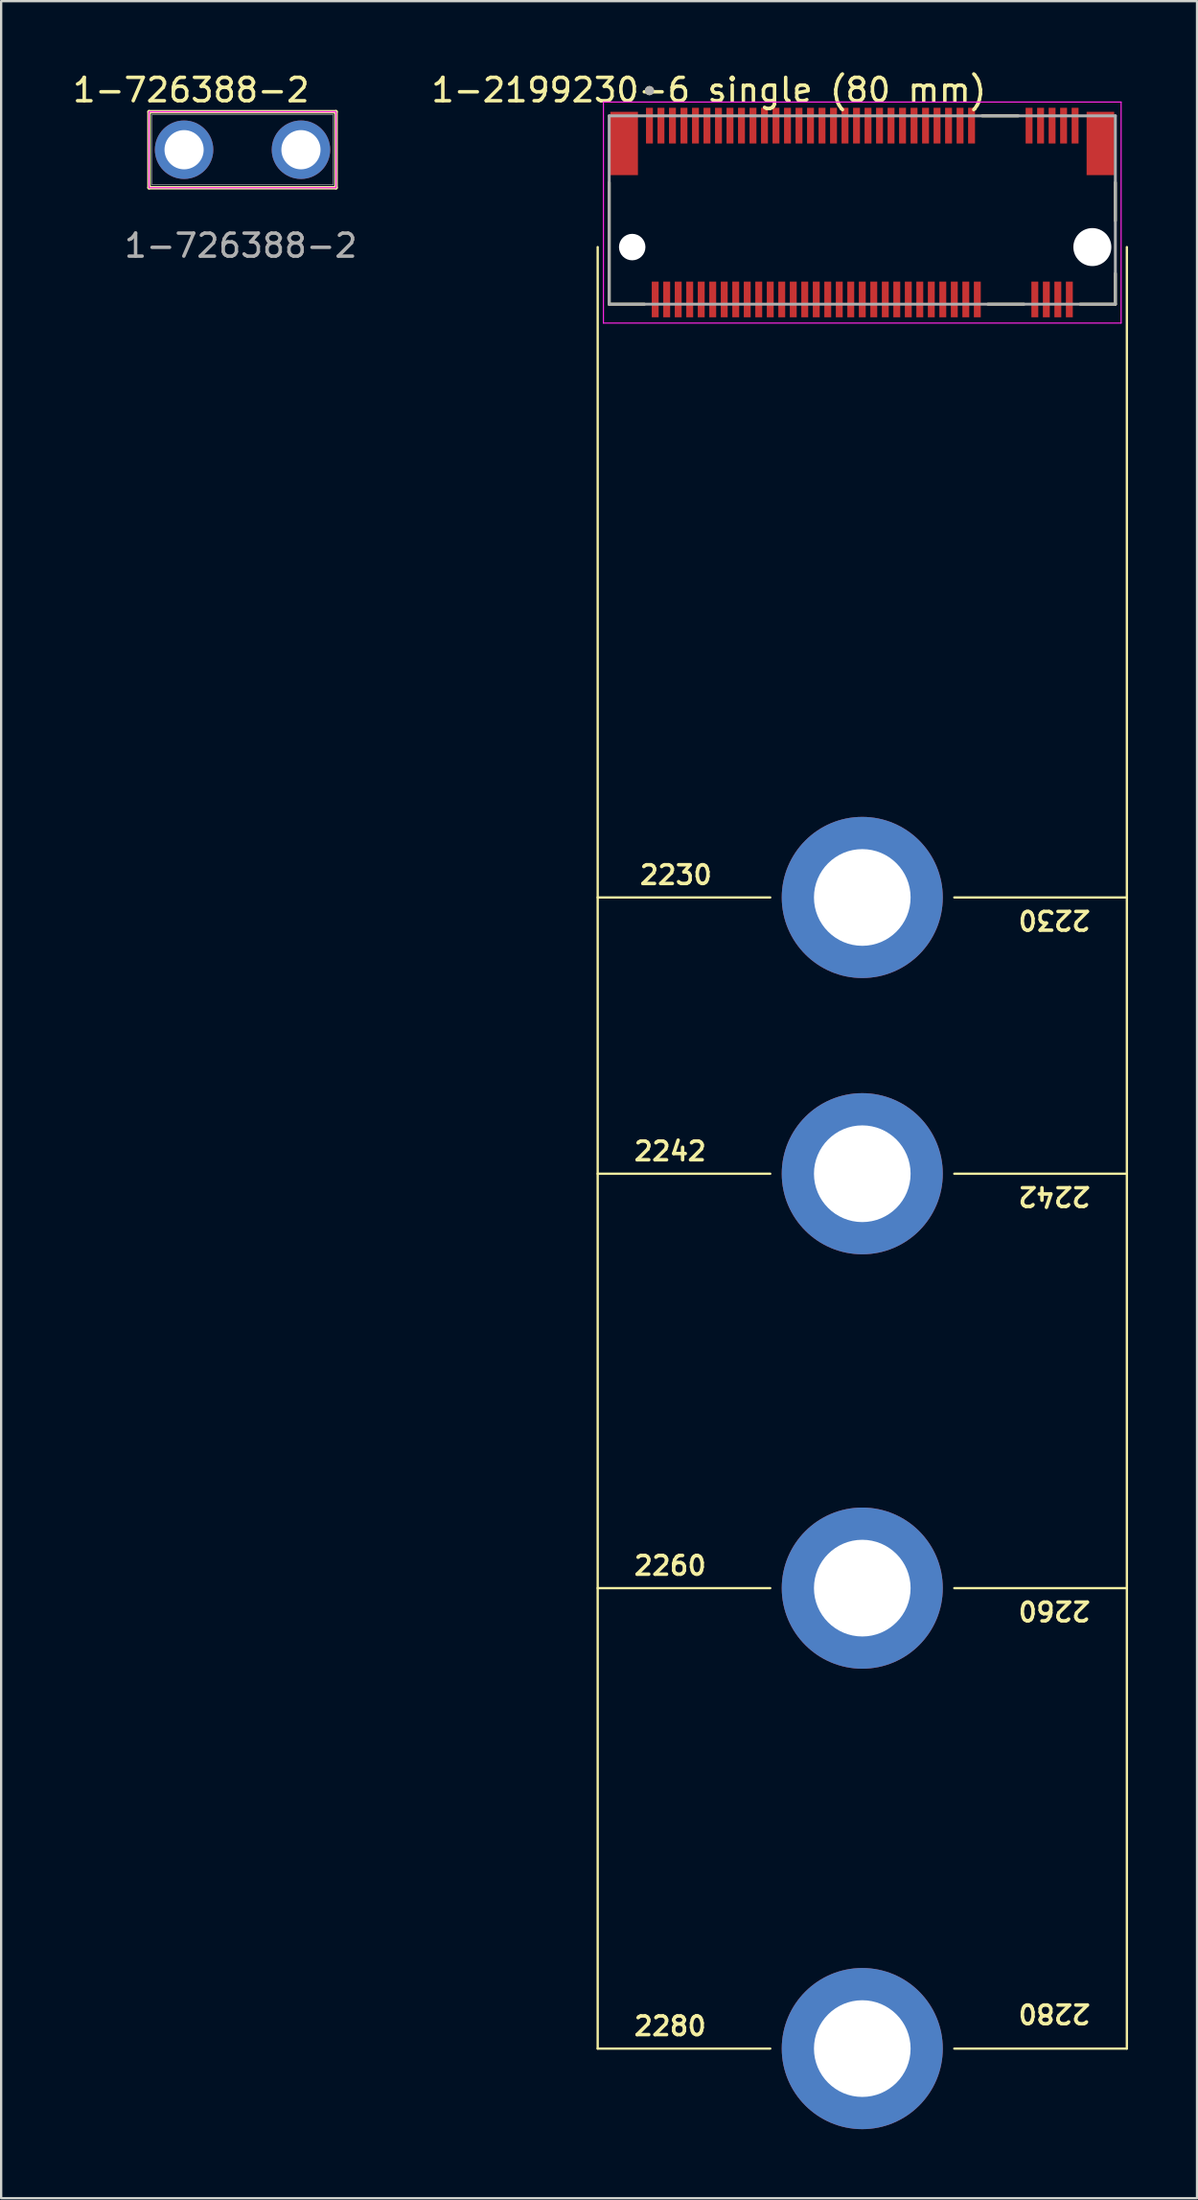
<source format=kicad_pcb>
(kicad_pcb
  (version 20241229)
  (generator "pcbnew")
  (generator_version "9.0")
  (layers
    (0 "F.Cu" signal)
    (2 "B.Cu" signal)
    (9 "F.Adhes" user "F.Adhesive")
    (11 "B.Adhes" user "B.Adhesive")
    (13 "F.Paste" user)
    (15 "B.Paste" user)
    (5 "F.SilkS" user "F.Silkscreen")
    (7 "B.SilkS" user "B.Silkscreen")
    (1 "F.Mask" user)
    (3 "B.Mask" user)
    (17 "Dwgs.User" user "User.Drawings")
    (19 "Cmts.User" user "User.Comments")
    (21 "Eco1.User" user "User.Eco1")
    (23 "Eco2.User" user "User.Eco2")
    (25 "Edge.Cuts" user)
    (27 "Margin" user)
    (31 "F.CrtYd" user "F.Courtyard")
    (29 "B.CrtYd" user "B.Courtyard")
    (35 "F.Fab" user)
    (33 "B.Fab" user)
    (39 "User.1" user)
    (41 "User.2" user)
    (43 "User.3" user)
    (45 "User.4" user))
  (footprint "1-2199230-6 single (80 mm)"
    (layer "F.Cu")
    (at 34.428 7.682)
    (property "Reference" "1-2199230-6 single (80 mm)" (at -6.668 -6.82 0) (layer "F.SilkS") (effects (font (size 1.016 1.016) (thickness 0.152))))
    (attr smd)
    (fp_line (start -11.5 0) (end -11.5 78.25) (stroke (width 0.1) (type default)) (layer "F.SilkS"))
    (fp_line (start -11.5 28.25) (end -4 28.25) (stroke (width 0.1) (type default)) (layer "F.SilkS"))
    (fp_line (start -11.5 40.25) (end -4 40.25) (stroke (width 0.1) (type default)) (layer "F.SilkS"))
    (fp_line (start -11.5 58.25) (end -4 58.25) (stroke (width 0.1) (type default)) (layer "F.SilkS"))
    (fp_line (start -11.5 78.25) (end -4 78.25) (stroke (width 0.1) (type default)) (layer "F.SilkS"))
    (fp_line (start -11 2.48) (end -11 -2.805) (stroke (width 0.127) (type solid)) (layer "F.SilkS"))
    (fp_line (start -9.47 2.48) (end -11 2.48) (stroke (width 0.127) (type solid)) (layer "F.SilkS"))
    (fp_line (start 4 28.25) (end 11.5 28.25) (stroke (width 0.1) (type default)) (layer "F.SilkS"))
    (fp_line (start 4 40.25) (end 11.5 40.25) (stroke (width 0.1) (type default)) (layer "F.SilkS"))
    (fp_line (start 4 58.25) (end 11.5 58.25) (stroke (width 0.1) (type default)) (layer "F.SilkS"))
    (fp_line (start 4 78.25) (end 11.5 78.25) (stroke (width 0.1) (type default)) (layer "F.SilkS"))
    (fp_line (start 5.213 -5.7) (end 6.777 -5.7) (stroke (width 0.127) (type solid)) (layer "F.SilkS"))
    (fp_line (start 5.463 2.48) (end 7.027 2.48) (stroke (width 0.127) (type solid)) (layer "F.SilkS"))
    (fp_line (start 11 -2.805) (end 11 -1.145) (stroke (width 0.127) (type solid)) (layer "F.SilkS"))
    (fp_line (start 11 2.48) (end 9.47 2.48) (stroke (width 0.127) (type solid)) (layer "F.SilkS"))
    (fp_line (start 11 2.48) (end 11 1.145) (stroke (width 0.127) (type solid)) (layer "F.SilkS"))
    (fp_line (start 11.5 78.25) (end 11.5 0) (stroke (width 0.1) (type default)) (layer "F.SilkS"))
    (fp_circle (center -9.25 -6.796) (end -9.15 -6.796) (stroke (width 0.2) (type solid)) (fill no) (layer "F.SilkS"))
    (fp_line (start -11.25 -6.3) (end -11.25 3.3) (stroke (width 0.05) (type solid)) (layer "F.CrtYd"))
    (fp_line (start -11.25 3.3) (end 11.25 3.3) (stroke (width 0.05) (type solid)) (layer "F.CrtYd"))
    (fp_line (start 11.25 -6.3) (end -11.25 -6.3) (stroke (width 0.05) (type solid)) (layer "F.CrtYd"))
    (fp_line (start 11.25 3.3) (end 11.25 -6.3) (stroke (width 0.05) (type solid)) (layer "F.CrtYd"))
    (fp_line (start -11 -5.7) (end 11 -5.7) (stroke (width 0.127) (type solid)) (layer "F.Fab"))
    (fp_line (start -11 2.48) (end -11 -5.7) (stroke (width 0.127) (type solid)) (layer "F.Fab"))
    (fp_line (start 11 -5.7) (end 11 2.48) (stroke (width 0.127) (type solid)) (layer "F.Fab"))
    (fp_line (start 11 2.48) (end -11 2.48) (stroke (width 0.127) (type solid)) (layer "F.Fab"))
    (fp_circle (center -9.25 -6.796) (end -9.15 -6.796) (stroke (width 0.2) (type solid)) (fill no) (layer "F.Fab"))
    (fp_text user "2242" (at 10 40.75 180) (unlocked yes) (layer "F.SilkS") (effects (font (size 0.813 0.813) (thickness 0.152) (bold yes)) (justify left bottom)))
    (fp_text user "2260" (at 10 58.75 180) (unlocked yes) (layer "F.SilkS") (effects (font (size 0.813 0.813) (thickness 0.152) (bold yes)) (justify left bottom)))
    (fp_text user "2230" (at 10 28.75 180) (unlocked yes) (layer "F.SilkS") (effects (font (size 0.813 0.813) (thickness 0.152) (bold yes)) (justify left bottom)))
    (fp_text user "2280" (at -10 77.75 0) (unlocked yes) (layer "F.SilkS") (effects (font (size 0.813 0.813) (thickness 0.152) (bold yes)) (justify left bottom)))
    (fp_text user "2230" (at -9.75 27.75 0) (unlocked yes) (layer "F.SilkS") (effects (font (size 0.813 0.813) (thickness 0.152) (bold yes)) (justify left bottom)))
    (fp_text user "2260" (at -10 57.75 0) (unlocked yes) (layer "F.SilkS") (effects (font (size 0.813 0.813) (thickness 0.152) (bold yes)) (justify left bottom)))
    (fp_text user "2280" (at 10 76.25 180) (unlocked yes) (layer "F.SilkS") (effects (font (size 0.813 0.813) (thickness 0.152) (bold yes)) (justify left bottom)))
    (fp_text user "2242" (at -10 39.75 0) (unlocked yes) (layer "F.SilkS") (effects (font (size 0.813 0.813) (thickness 0.152) (bold yes)) (justify left bottom)))
    (pad "" np_thru_hole circle (at -10 0) (size 1.15 1.15) (drill 1.15) (layers "*.Cu" "*.Mask"))
    (pad "" thru_hole circle (at 0 28.25) (size 7 7) (drill 4.2) (layers "*.Cu" "*.Mask"))
    (pad "" thru_hole circle (at 0 40.25) (size 7 7) (drill 4.2) (layers "*.Cu" "*.Mask"))
    (pad "" thru_hole circle (at 0 58.25) (size 7 7) (drill 4.2) (layers "*.Cu" "*.Mask"))
    (pad "" np_thru_hole circle (at 10 0) (size 1.65 1.65) (drill 1.65) (layers "*.Cu" "*.Mask"))
    (pad "1" smd rect (at -9.25 -5.275) (size 0.3 1.55) (layers "F.Cu" "F.Mask" "F.Paste"))
    (pad "2" smd rect (at -9 2.275) (size 0.3 1.55) (layers "F.Cu" "F.Mask" "F.Paste"))
    (pad "3" smd rect (at -8.75 -5.275) (size 0.3 1.55) (layers "F.Cu" "F.Mask" "F.Paste"))
    (pad "4" smd rect (at -8.5 2.275) (size 0.3 1.55) (layers "F.Cu" "F.Mask" "F.Paste"))
    (pad "5" smd rect (at -8.25 -5.275) (size 0.3 1.55) (layers "F.Cu" "F.Mask" "F.Paste"))
    (pad "6" smd rect (at -8 2.275) (size 0.3 1.55) (layers "F.Cu" "F.Mask" "F.Paste"))
    (pad "7" smd rect (at -7.75 -5.275) (size 0.3 1.55) (layers "F.Cu" "F.Mask" "F.Paste"))
    (pad "8" smd rect (at -7.5 2.275) (size 0.3 1.55) (layers "F.Cu" "F.Mask" "F.Paste"))
    (pad "9" smd rect (at -7.25 -5.275) (size 0.3 1.55) (layers "F.Cu" "F.Mask" "F.Paste"))
    (pad "10" smd rect (at -7 2.275) (size 0.3 1.55) (layers "F.Cu" "F.Mask" "F.Paste"))
    (pad "11" smd rect (at -6.75 -5.275) (size 0.3 1.55) (layers "F.Cu" "F.Mask" "F.Paste"))
    (pad "12" smd rect (at -6.5 2.275) (size 0.3 1.55) (layers "F.Cu" "F.Mask" "F.Paste"))
    (pad "13" smd rect (at -6.25 -5.275) (size 0.3 1.55) (layers "F.Cu" "F.Mask" "F.Paste"))
    (pad "14" smd rect (at -6 2.275) (size 0.3 1.55) (layers "F.Cu" "F.Mask" "F.Paste"))
    (pad "15" smd rect (at -5.75 -5.275) (size 0.3 1.55) (layers "F.Cu" "F.Mask" "F.Paste"))
    (pad "16" smd rect (at -5.5 2.275) (size 0.3 1.55) (layers "F.Cu" "F.Mask" "F.Paste"))
    (pad "17" smd rect (at -5.25 -5.275) (size 0.3 1.55) (layers "F.Cu" "F.Mask" "F.Paste"))
    (pad "18" smd rect (at -5 2.275) (size 0.3 1.55) (layers "F.Cu" "F.Mask" "F.Paste"))
    (pad "19" smd rect (at -4.75 -5.275) (size 0.3 1.55) (layers "F.Cu" "F.Mask" "F.Paste"))
    (pad "20" smd rect (at -4.5 2.275) (size 0.3 1.55) (layers "F.Cu" "F.Mask" "F.Paste"))
    (pad "21" smd rect (at -4.25 -5.275) (size 0.3 1.55) (layers "F.Cu" "F.Mask" "F.Paste"))
    (pad "22" smd rect (at -4 2.275) (size 0.3 1.55) (layers "F.Cu" "F.Mask" "F.Paste"))
    (pad "23" smd rect (at -3.75 -5.275) (size 0.3 1.55) (layers "F.Cu" "F.Mask" "F.Paste"))
    (pad "24" smd rect (at -3.5 2.275) (size 0.3 1.55) (layers "F.Cu" "F.Mask" "F.Paste"))
    (pad "25" smd rect (at -3.25 -5.275) (size 0.3 1.55) (layers "F.Cu" "F.Mask" "F.Paste"))
    (pad "26" smd rect (at -3 2.275) (size 0.3 1.55) (layers "F.Cu" "F.Mask" "F.Paste"))
    (pad "27" smd rect (at -2.75 -5.275) (size 0.3 1.55) (layers "F.Cu" "F.Mask" "F.Paste"))
    (pad "28" smd rect (at -2.5 2.275) (size 0.3 1.55) (layers "F.Cu" "F.Mask" "F.Paste"))
    (pad "29" smd rect (at -2.25 -5.275) (size 0.3 1.55) (layers "F.Cu" "F.Mask" "F.Paste"))
    (pad "30" smd rect (at -2 2.275) (size 0.3 1.55) (layers "F.Cu" "F.Mask" "F.Paste"))
    (pad "31" smd rect (at -1.75 -5.275) (size 0.3 1.55) (layers "F.Cu" "F.Mask" "F.Paste"))
    (pad "32" smd rect (at -1.5 2.275) (size 0.3 1.55) (layers "F.Cu" "F.Mask" "F.Paste"))
    (pad "33" smd rect (at -1.25 -5.275) (size 0.3 1.55) (layers "F.Cu" "F.Mask" "F.Paste"))
    (pad "34" smd rect (at -1 2.275) (size 0.3 1.55) (layers "F.Cu" "F.Mask" "F.Paste"))
    (pad "35" smd rect (at -0.75 -5.275) (size 0.3 1.55) (layers "F.Cu" "F.Mask" "F.Paste"))
    (pad "36" smd rect (at -0.5 2.275) (size 0.3 1.55) (layers "F.Cu" "F.Mask" "F.Paste"))
    (pad "37" smd rect (at -0.25 -5.275) (size 0.3 1.55) (layers "F.Cu" "F.Mask" "F.Paste"))
    (pad "38" smd rect (at 0 2.275) (size 0.3 1.55) (layers "F.Cu" "F.Mask" "F.Paste"))
    (pad "39" smd rect (at 0.25 -5.275) (size 0.3 1.55) (layers "F.Cu" "F.Mask" "F.Paste"))
    (pad "40" smd rect (at 0.5 2.275) (size 0.3 1.55) (layers "F.Cu" "F.Mask" "F.Paste"))
    (pad "41" smd rect (at 0.75 -5.275) (size 0.3 1.55) (layers "F.Cu" "F.Mask" "F.Paste"))
    (pad "42" smd rect (at 1 2.275) (size 0.3 1.55) (layers "F.Cu" "F.Mask" "F.Paste"))
    (pad "43" smd rect (at 1.25 -5.275) (size 0.3 1.55) (layers "F.Cu" "F.Mask" "F.Paste"))
    (pad "44" smd rect (at 1.5 2.275) (size 0.3 1.55) (layers "F.Cu" "F.Mask" "F.Paste"))
    (pad "45" smd rect (at 1.75 -5.275) (size 0.3 1.55) (layers "F.Cu" "F.Mask" "F.Paste"))
    (pad "46" smd rect (at 2 2.275) (size 0.3 1.55) (layers "F.Cu" "F.Mask" "F.Paste"))
    (pad "47" smd rect (at 2.25 -5.275) (size 0.3 1.55) (layers "F.Cu" "F.Mask" "F.Paste"))
    (pad "48" smd rect (at 2.5 2.275) (size 0.3 1.55) (layers "F.Cu" "F.Mask" "F.Paste"))
    (pad "49" smd rect (at 2.75 -5.275) (size 0.3 1.55) (layers "F.Cu" "F.Mask" "F.Paste"))
    (pad "50" smd rect (at 3 2.275) (size 0.3 1.55) (layers "F.Cu" "F.Mask" "F.Paste"))
    (pad "51" smd rect (at 3.25 -5.275) (size 0.3 1.55) (layers "F.Cu" "F.Mask" "F.Paste"))
    (pad "52" smd rect (at 3.5 2.275) (size 0.3 1.55) (layers "F.Cu" "F.Mask" "F.Paste"))
    (pad "53" smd rect (at 3.75 -5.275) (size 0.3 1.55) (layers "F.Cu" "F.Mask" "F.Paste"))
    (pad "54" smd rect (at 4 2.275) (size 0.3 1.55) (layers "F.Cu" "F.Mask" "F.Paste"))
    (pad "55" smd rect (at 4.25 -5.275) (size 0.3 1.55) (layers "F.Cu" "F.Mask" "F.Paste"))
    (pad "56" smd rect (at 4.5 2.275) (size 0.3 1.55) (layers "F.Cu" "F.Mask" "F.Paste"))
    (pad "57" smd rect (at 4.75 -5.275) (size 0.3 1.55) (layers "F.Cu" "F.Mask" "F.Paste"))
    (pad "58" smd rect (at 5 2.275) (size 0.3 1.55) (layers "F.Cu" "F.Mask" "F.Paste"))
    (pad "67" smd rect (at 7.25 -5.275) (size 0.3 1.55) (layers "F.Cu" "F.Mask" "F.Paste"))
    (pad "68" smd rect (at 7.5 2.275) (size 0.3 1.55) (layers "F.Cu" "F.Mask" "F.Paste"))
    (pad "69" smd rect (at 7.75 -5.275) (size 0.3 1.55) (layers "F.Cu" "F.Mask" "F.Paste"))
    (pad "70" smd rect (at 8 2.275) (size 0.3 1.55) (layers "F.Cu" "F.Mask" "F.Paste"))
    (pad "71" smd rect (at 8.25 -5.275) (size 0.3 1.55) (layers "F.Cu" "F.Mask" "F.Paste"))
    (pad "72" smd rect (at 8.5 2.275) (size 0.3 1.55) (layers "F.Cu" "F.Mask" "F.Paste"))
    (pad "73" smd rect (at 8.75 -5.275) (size 0.3 1.55) (layers "F.Cu" "F.Mask" "F.Paste"))
    (pad "74" smd rect (at 9 2.275) (size 0.3 1.55) (layers "F.Cu" "F.Mask" "F.Paste"))
    (pad "75" smd rect (at 9.25 -5.275) (size 0.3 1.55) (layers "F.Cu" "F.Mask" "F.Paste"))
    (pad "M1" thru_hole circle (at 0 78.25) (size 7 7) (drill 4.2) (layers "*.Cu" "*.Mask"))
    (pad "SH" smd rect (at -10.35 -4.5) (size 1.2 2.75) (layers "F.Cu" "F.Mask" "F.Paste"))
    (pad "SH" smd rect (at 10.35 -4.5) (size 1.2 2.75) (layers "F.Cu" "F.Mask" "F.Paste")))
  (footprint "1-726388-2"
    (layer "F.Cu")
    (at 4.951 3.453)
    (property "Reference" "1-726388-2" (at 0.305 -2.591 0) (unlocked yes) (layer "F.SilkS") (effects (font (size 1.016 1.016) (thickness 0.152))))
    (attr through_hole)
    (fp_line (start -1.524 -1.651) (end -1.524 1.651) (stroke (width 0.152) (type solid)) (layer "F.SilkS"))
    (fp_line (start -1.524 1.651) (end 6.604 1.651) (stroke (width 0.152) (type solid)) (layer "F.SilkS"))
    (fp_line (start 6.604 -1.651) (end -1.524 -1.651) (stroke (width 0.152) (type solid)) (layer "F.SilkS"))
    (fp_line (start 6.604 1.651) (end 6.604 -1.651) (stroke (width 0.152) (type solid)) (layer "F.SilkS"))
    (fp_rect (start -1.524 -1.651) (end 6.604 1.651) (stroke (width 0.05) (type default)) (fill no) (layer "F.CrtYd"))
    (fp_line (start -1.397 -1.524) (end -1.397 1.524) (stroke (width 0.025) (type solid)) (layer "F.Fab"))
    (fp_line (start -1.397 1.524) (end 6.477 1.524) (stroke (width 0.025) (type solid)) (layer "F.Fab"))
    (fp_line (start 6.477 -1.524) (end -1.397 -1.524) (stroke (width 0.025) (type solid)) (layer "F.Fab"))
    (fp_line (start 6.477 1.524) (end 6.477 -1.524) (stroke (width 0.025) (type solid)) (layer "F.Fab"))
    (fp_text user "${REFERENCE}" (at 2.464 4.166 0) (unlocked yes) (layer "F.Fab") (effects (font (size 1 1) (thickness 0.15))))
    (pad "1" thru_hole circle (at 0 0) (size 2.54 2.54) (drill 1.702) (layers "*.Cu" "*.Mask"))
    (pad "2" thru_hole circle (at 5.08 0) (size 2.54 2.54) (drill 1.702) (layers "*.Cu" "*.Mask")))
  (gr_rect
    (start -3 -3)
    (end 48.978 92.432)
    (stroke (width 0.1) (type default))
    (fill no)
    (layer "Edge.Cuts")))
</source>
